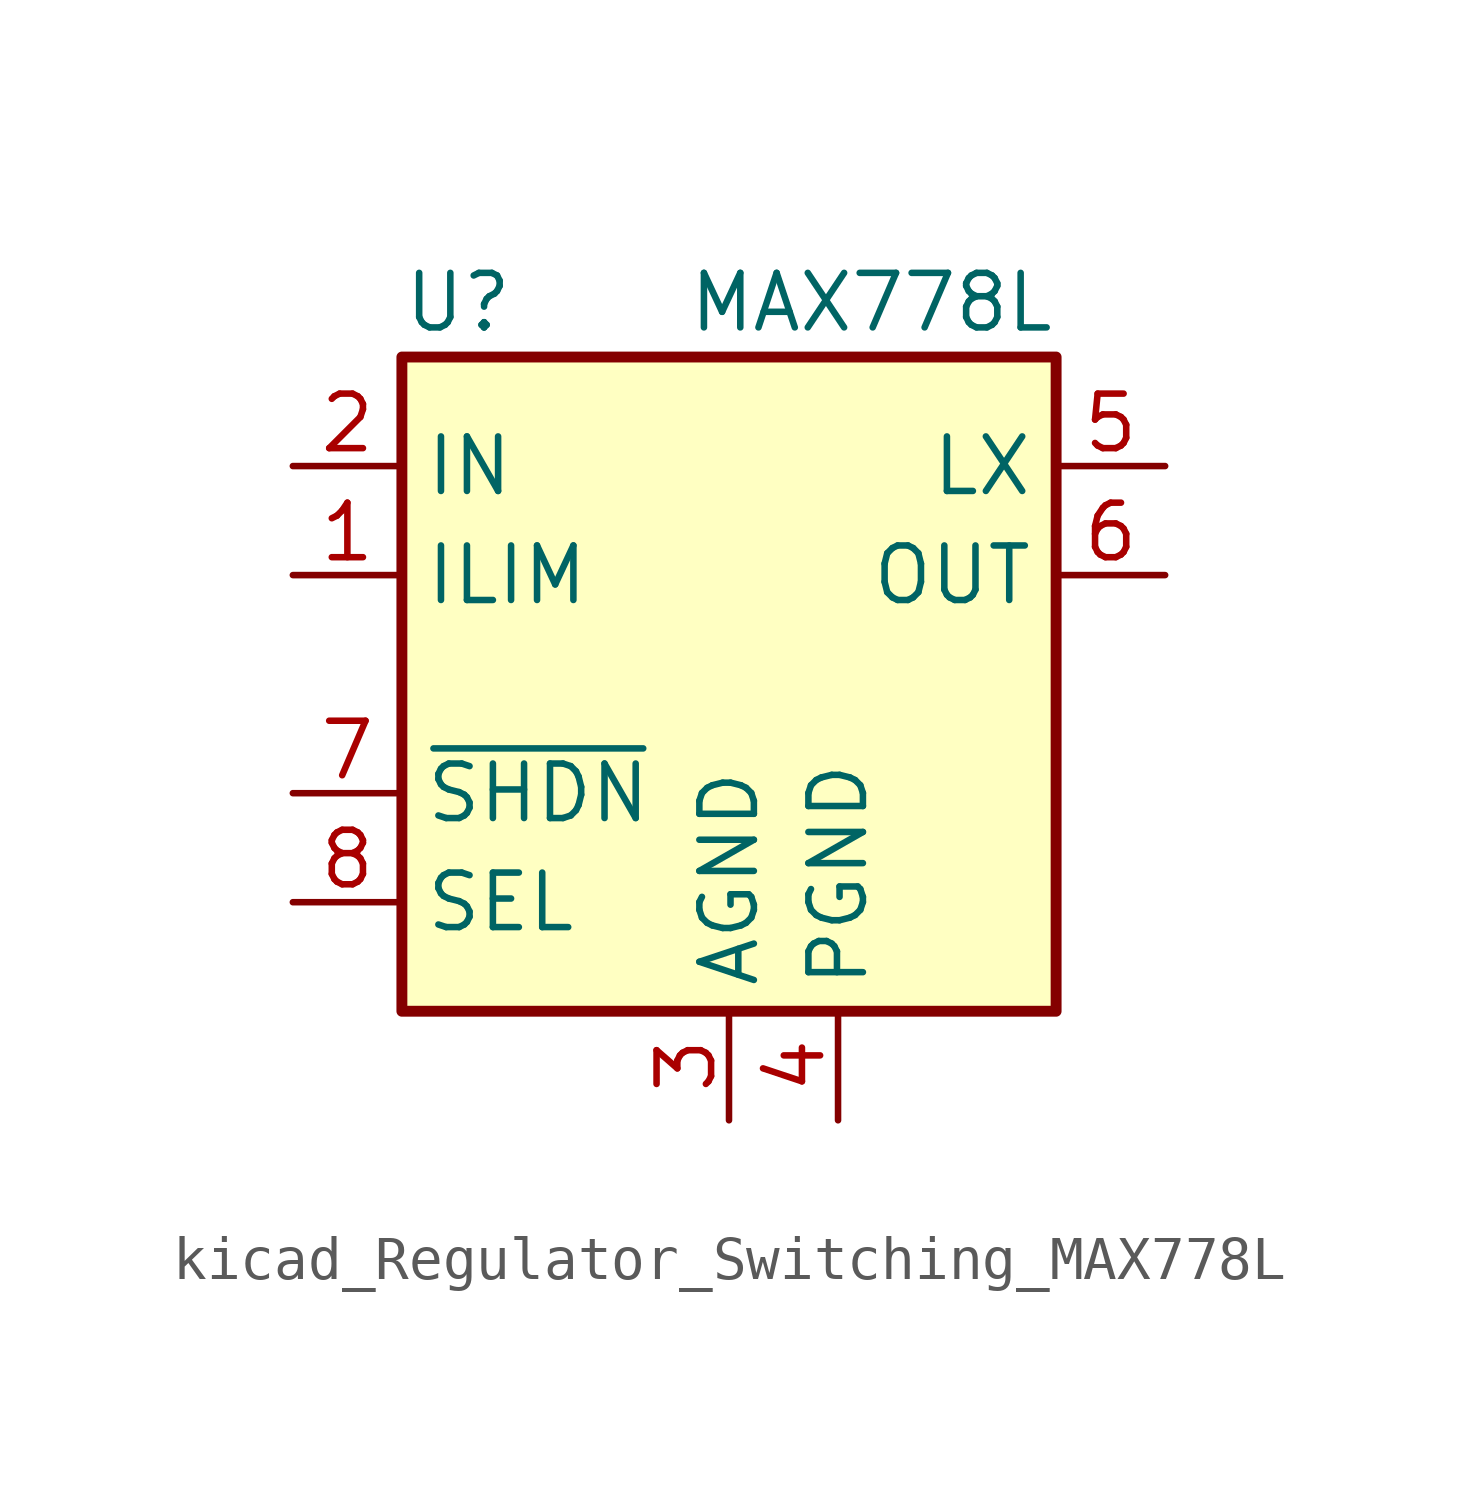
<source format=kicad_sym>
(kicad_symbol_lib
  (version 20220914)
  (generator kicad_symbol_editor)
  (symbol "kicad_Regulator_Switching_MAX778L"
    (property "Reference" "U"
      (at -7.62 8.89 0)
      (effects (font (size 1.27 1.27)) (justify left)))
    (property "Value" "MAX778L"
      (at 7.62 8.89 0)
      (effects (font (size 1.27 1.27)) (justify right)))
    (symbol "kicad_Regulator_Switching_MAX778L_0_1"
      (rectangle (start -7.62 7.62) (end 7.62 -7.62) (stroke (width 0.254) (type default)) (fill (type background))))
    (symbol "kicad_Regulator_Switching_MAX778L_1_1"
      (pin input line (at -10.16 2.54 0) (length 2.54) (name "ILIM" (effects (font (size 1.27 1.27)))) (number "1" (effects (font (size 1.27 1.27)))))
      (pin power_in line (at -10.16 5.08 0) (length 2.54) (name "IN" (effects (font (size 1.27 1.27)))) (number "2" (effects (font (size 1.27 1.27)))))
      (pin power_in line (at 0 -10.16 90) (length 2.54) (name "AGND" (effects (font (size 1.27 1.27)))) (number "3" (effects (font (size 1.27 1.27)))))
      (pin power_in line (at 2.54 -10.16 90) (length 2.54) (name "PGND" (effects (font (size 1.27 1.27)))) (number "4" (effects (font (size 1.27 1.27)))))
      (pin passive line (at 10.16 5.08 180) (length 2.54) (name "LX" (effects (font (size 1.27 1.27)))) (number "5" (effects (font (size 1.27 1.27)))))
      (pin power_out line (at 10.16 2.54 180) (length 2.54) (name "OUT" (effects (font (size 1.27 1.27)))) (number "6" (effects (font (size 1.27 1.27)))))
      (pin input line (at -10.16 -2.54 0) (length 2.54) (name "~{SHDN}" (effects (font (size 1.27 1.27)))) (number "7" (effects (font (size 1.27 1.27)))))
      (pin input line (at -10.16 -5.08 0) (length 2.54) (name "SEL" (effects (font (size 1.27 1.27)))) (number "8" (effects (font (size 1.27 1.27))))))))
</source>
